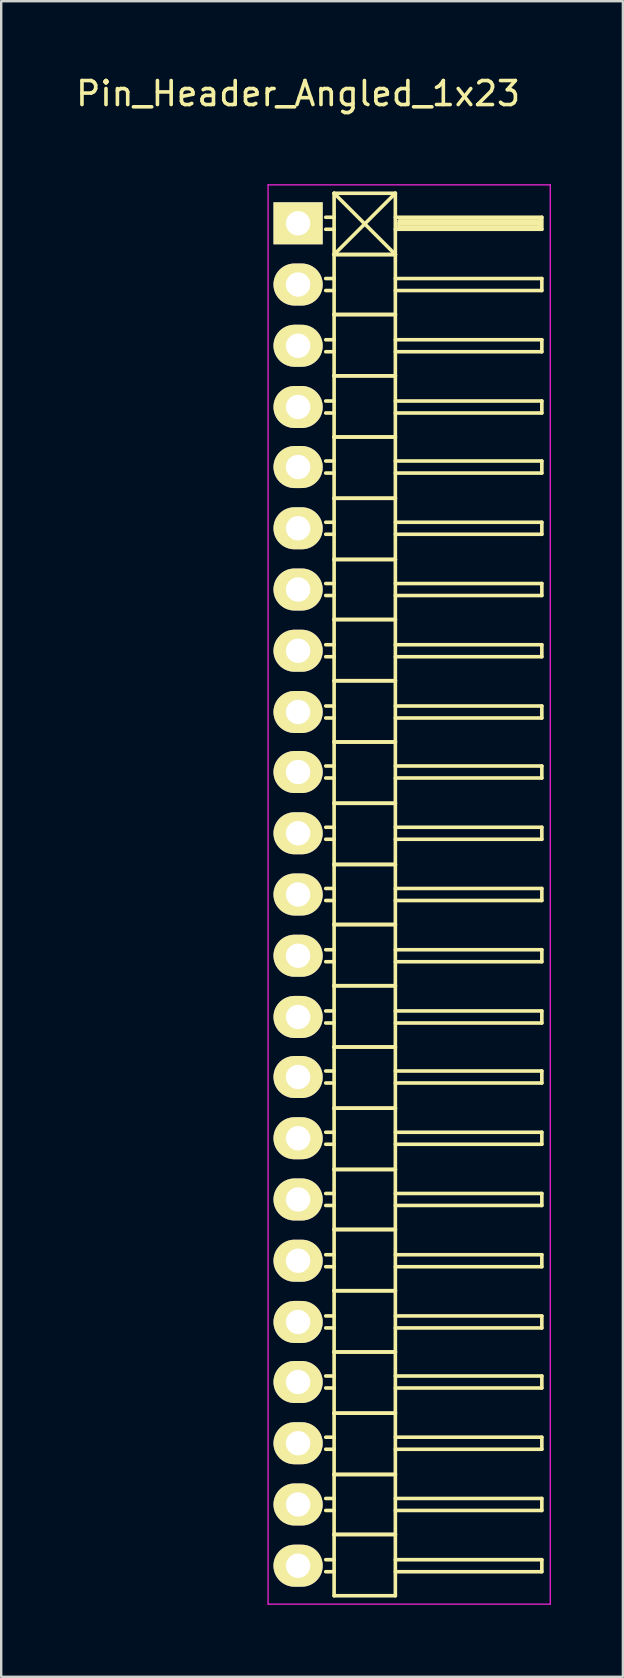
<source format=kicad_pcb>
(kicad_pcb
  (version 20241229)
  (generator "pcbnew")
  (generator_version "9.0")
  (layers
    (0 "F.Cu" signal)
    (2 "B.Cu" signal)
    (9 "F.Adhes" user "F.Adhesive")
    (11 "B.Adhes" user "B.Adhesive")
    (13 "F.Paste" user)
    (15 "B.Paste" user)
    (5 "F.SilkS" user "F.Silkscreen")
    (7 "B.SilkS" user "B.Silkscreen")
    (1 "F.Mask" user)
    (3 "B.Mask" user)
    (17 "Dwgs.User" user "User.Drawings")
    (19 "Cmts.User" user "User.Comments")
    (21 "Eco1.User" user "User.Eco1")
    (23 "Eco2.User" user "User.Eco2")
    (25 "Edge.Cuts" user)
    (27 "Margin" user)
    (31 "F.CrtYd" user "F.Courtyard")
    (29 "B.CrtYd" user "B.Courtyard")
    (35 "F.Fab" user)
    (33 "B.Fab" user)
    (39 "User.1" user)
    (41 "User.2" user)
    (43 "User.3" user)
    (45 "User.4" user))
  (footprint "Pin_Header_Angled_1x23"
    (layer "F.Cu")
    (at 9.363 6.248)
    (property "Reference" "Pin_Header_Angled_1x23" (at 0 -5.4 0) (layer "F.SilkS") (effects (font (size 1 1) (thickness 0.15))))
    (attr through_hole)
    (fp_line (start 1.5 -1.25) (end 1.5 1.3) (stroke (width 0.15) (type solid)) (layer "F.SilkS"))
    (fp_line (start 1.5 -1.25) (end 4.05 -1.25) (stroke (width 0.15) (type solid)) (layer "F.SilkS"))
    (fp_line (start 1.5 -0.25) (end 1.15 -0.25) (stroke (width 0.15) (type solid)) (layer "F.SilkS"))
    (fp_line (start 1.5 0.25) (end 1.15 0.25) (stroke (width 0.15) (type solid)) (layer "F.SilkS"))
    (fp_line (start 1.5 1.3) (end 1.5 3.8) (stroke (width 0.15) (type solid)) (layer "F.SilkS"))
    (fp_line (start 1.5 1.3) (end 4.05 1.3) (stroke (width 0.15) (type solid)) (layer "F.SilkS"))
    (fp_line (start 1.5 1.3) (end 4.05 1.3) (stroke (width 0.15) (type solid)) (layer "F.SilkS"))
    (fp_line (start 1.5 2.3) (end 1.15 2.3) (stroke (width 0.15) (type solid)) (layer "F.SilkS"))
    (fp_line (start 1.5 2.8) (end 1.15 2.8) (stroke (width 0.15) (type solid)) (layer "F.SilkS"))
    (fp_line (start 1.5 3.8) (end 1.5 6.35) (stroke (width 0.15) (type solid)) (layer "F.SilkS"))
    (fp_line (start 1.5 3.8) (end 4.05 3.8) (stroke (width 0.15) (type solid)) (layer "F.SilkS"))
    (fp_line (start 1.5 3.8) (end 4.05 3.8) (stroke (width 0.15) (type solid)) (layer "F.SilkS"))
    (fp_line (start 1.5 4.85) (end 1.15 4.85) (stroke (width 0.15) (type solid)) (layer "F.SilkS"))
    (fp_line (start 1.5 5.35) (end 1.15 5.35) (stroke (width 0.15) (type solid)) (layer "F.SilkS"))
    (fp_line (start 1.5 6.35) (end 1.5 8.9) (stroke (width 0.15) (type solid)) (layer "F.SilkS"))
    (fp_line (start 1.5 6.35) (end 4.05 6.35) (stroke (width 0.15) (type solid)) (layer "F.SilkS"))
    (fp_line (start 1.5 6.35) (end 4.05 6.35) (stroke (width 0.15) (type solid)) (layer "F.SilkS"))
    (fp_line (start 1.5 7.4) (end 1.15 7.4) (stroke (width 0.15) (type solid)) (layer "F.SilkS"))
    (fp_line (start 1.5 7.9) (end 1.15 7.9) (stroke (width 0.15) (type solid)) (layer "F.SilkS"))
    (fp_line (start 1.5 8.9) (end 1.5 11.45) (stroke (width 0.15) (type solid)) (layer "F.SilkS"))
    (fp_line (start 1.5 8.9) (end 4.05 8.9) (stroke (width 0.15) (type solid)) (layer "F.SilkS"))
    (fp_line (start 1.5 8.9) (end 4.05 8.9) (stroke (width 0.15) (type solid)) (layer "F.SilkS"))
    (fp_line (start 1.5 9.9) (end 1.15 9.9) (stroke (width 0.15) (type solid)) (layer "F.SilkS"))
    (fp_line (start 1.5 10.4) (end 1.15 10.4) (stroke (width 0.15) (type solid)) (layer "F.SilkS"))
    (fp_line (start 1.5 11.45) (end 1.5 14) (stroke (width 0.15) (type solid)) (layer "F.SilkS"))
    (fp_line (start 1.5 11.45) (end 4.05 11.45) (stroke (width 0.15) (type solid)) (layer "F.SilkS"))
    (fp_line (start 1.5 11.45) (end 4.05 11.45) (stroke (width 0.15) (type solid)) (layer "F.SilkS"))
    (fp_line (start 1.5 12.45) (end 1.15 12.45) (stroke (width 0.15) (type solid)) (layer "F.SilkS"))
    (fp_line (start 1.5 12.95) (end 1.15 12.95) (stroke (width 0.15) (type solid)) (layer "F.SilkS"))
    (fp_line (start 1.5 14) (end 1.5 16.5) (stroke (width 0.15) (type solid)) (layer "F.SilkS"))
    (fp_line (start 1.5 14) (end 4.05 14) (stroke (width 0.15) (type solid)) (layer "F.SilkS"))
    (fp_line (start 1.5 14) (end 4.05 14) (stroke (width 0.15) (type solid)) (layer "F.SilkS"))
    (fp_line (start 1.5 15) (end 1.15 15) (stroke (width 0.15) (type solid)) (layer "F.SilkS"))
    (fp_line (start 1.5 15.5) (end 1.15 15.5) (stroke (width 0.15) (type solid)) (layer "F.SilkS"))
    (fp_line (start 1.5 16.5) (end 1.5 19.05) (stroke (width 0.15) (type solid)) (layer "F.SilkS"))
    (fp_line (start 1.5 16.5) (end 4.05 16.5) (stroke (width 0.15) (type solid)) (layer "F.SilkS"))
    (fp_line (start 1.5 16.5) (end 4.05 16.5) (stroke (width 0.15) (type solid)) (layer "F.SilkS"))
    (fp_line (start 1.5 17.55) (end 1.15 17.55) (stroke (width 0.15) (type solid)) (layer "F.SilkS"))
    (fp_line (start 1.5 18.05) (end 1.15 18.05) (stroke (width 0.15) (type solid)) (layer "F.SilkS"))
    (fp_line (start 1.5 19.05) (end 1.5 21.6) (stroke (width 0.15) (type solid)) (layer "F.SilkS"))
    (fp_line (start 1.5 19.05) (end 4.05 19.05) (stroke (width 0.15) (type solid)) (layer "F.SilkS"))
    (fp_line (start 1.5 19.05) (end 4.05 19.05) (stroke (width 0.15) (type solid)) (layer "F.SilkS"))
    (fp_line (start 1.5 20.1) (end 1.15 20.1) (stroke (width 0.15) (type solid)) (layer "F.SilkS"))
    (fp_line (start 1.5 20.6) (end 1.15 20.6) (stroke (width 0.15) (type solid)) (layer "F.SilkS"))
    (fp_line (start 1.5 21.6) (end 1.5 24.15) (stroke (width 0.15) (type solid)) (layer "F.SilkS"))
    (fp_line (start 1.5 21.6) (end 4.05 21.6) (stroke (width 0.15) (type solid)) (layer "F.SilkS"))
    (fp_line (start 1.5 21.6) (end 4.05 21.6) (stroke (width 0.15) (type solid)) (layer "F.SilkS"))
    (fp_line (start 1.5 22.6) (end 1.15 22.6) (stroke (width 0.15) (type solid)) (layer "F.SilkS"))
    (fp_line (start 1.5 23.1) (end 1.15 23.1) (stroke (width 0.15) (type solid)) (layer "F.SilkS"))
    (fp_line (start 1.5 24.15) (end 1.5 26.7) (stroke (width 0.15) (type solid)) (layer "F.SilkS"))
    (fp_line (start 1.5 24.15) (end 4.05 24.15) (stroke (width 0.15) (type solid)) (layer "F.SilkS"))
    (fp_line (start 1.5 24.15) (end 4.05 24.15) (stroke (width 0.15) (type solid)) (layer "F.SilkS"))
    (fp_line (start 1.5 25.15) (end 1.15 25.15) (stroke (width 0.15) (type solid)) (layer "F.SilkS"))
    (fp_line (start 1.5 25.65) (end 1.15 25.65) (stroke (width 0.15) (type solid)) (layer "F.SilkS"))
    (fp_line (start 1.5 26.7) (end 1.5 29.2) (stroke (width 0.15) (type solid)) (layer "F.SilkS"))
    (fp_line (start 1.5 26.7) (end 4.05 26.7) (stroke (width 0.15) (type solid)) (layer "F.SilkS"))
    (fp_line (start 1.5 26.7) (end 4.05 26.7) (stroke (width 0.15) (type solid)) (layer "F.SilkS"))
    (fp_line (start 1.5 27.7) (end 1.15 27.7) (stroke (width 0.15) (type solid)) (layer "F.SilkS"))
    (fp_line (start 1.5 28.2) (end 1.15 28.2) (stroke (width 0.15) (type solid)) (layer "F.SilkS"))
    (fp_line (start 1.5 29.2) (end 1.5 31.75) (stroke (width 0.15) (type solid)) (layer "F.SilkS"))
    (fp_line (start 1.5 29.2) (end 4.05 29.2) (stroke (width 0.15) (type solid)) (layer "F.SilkS"))
    (fp_line (start 1.5 29.2) (end 4.05 29.2) (stroke (width 0.15) (type solid)) (layer "F.SilkS"))
    (fp_line (start 1.5 30.25) (end 1.15 30.25) (stroke (width 0.15) (type solid)) (layer "F.SilkS"))
    (fp_line (start 1.5 30.75) (end 1.15 30.75) (stroke (width 0.15) (type solid)) (layer "F.SilkS"))
    (fp_line (start 1.5 31.75) (end 1.5 34.3) (stroke (width 0.15) (type solid)) (layer "F.SilkS"))
    (fp_line (start 1.5 31.75) (end 4.05 31.75) (stroke (width 0.15) (type solid)) (layer "F.SilkS"))
    (fp_line (start 1.5 31.75) (end 4.05 31.75) (stroke (width 0.15) (type solid)) (layer "F.SilkS"))
    (fp_line (start 1.5 32.8) (end 1.15 32.8) (stroke (width 0.15) (type solid)) (layer "F.SilkS"))
    (fp_line (start 1.5 33.3) (end 1.15 33.3) (stroke (width 0.15) (type solid)) (layer "F.SilkS"))
    (fp_line (start 1.5 34.3) (end 1.5 36.85) (stroke (width 0.15) (type solid)) (layer "F.SilkS"))
    (fp_line (start 1.5 34.3) (end 4.05 34.3) (stroke (width 0.15) (type solid)) (layer "F.SilkS"))
    (fp_line (start 1.5 34.3) (end 4.05 34.3) (stroke (width 0.15) (type solid)) (layer "F.SilkS"))
    (fp_line (start 1.5 35.3) (end 1.15 35.3) (stroke (width 0.15) (type solid)) (layer "F.SilkS"))
    (fp_line (start 1.5 35.8) (end 1.15 35.8) (stroke (width 0.15) (type solid)) (layer "F.SilkS"))
    (fp_line (start 1.5 36.85) (end 1.5 39.4) (stroke (width 0.15) (type solid)) (layer "F.SilkS"))
    (fp_line (start 1.5 36.85) (end 4.05 36.85) (stroke (width 0.15) (type solid)) (layer "F.SilkS"))
    (fp_line (start 1.5 36.85) (end 4.05 36.85) (stroke (width 0.15) (type solid)) (layer "F.SilkS"))
    (fp_line (start 1.5 37.85) (end 1.15 37.85) (stroke (width 0.15) (type solid)) (layer "F.SilkS"))
    (fp_line (start 1.5 38.35) (end 1.15 38.35) (stroke (width 0.15) (type solid)) (layer "F.SilkS"))
    (fp_line (start 1.5 39.4) (end 1.5 41.9) (stroke (width 0.15) (type solid)) (layer "F.SilkS"))
    (fp_line (start 1.5 39.4) (end 4.05 39.4) (stroke (width 0.15) (type solid)) (layer "F.SilkS"))
    (fp_line (start 1.5 39.4) (end 4.05 39.4) (stroke (width 0.15) (type solid)) (layer "F.SilkS"))
    (fp_line (start 1.5 40.4) (end 1.15 40.4) (stroke (width 0.15) (type solid)) (layer "F.SilkS"))
    (fp_line (start 1.5 40.9) (end 1.15 40.9) (stroke (width 0.15) (type solid)) (layer "F.SilkS"))
    (fp_line (start 1.5 41.9) (end 1.5 44.45) (stroke (width 0.15) (type solid)) (layer "F.SilkS"))
    (fp_line (start 1.5 41.9) (end 4.05 41.9) (stroke (width 0.15) (type solid)) (layer "F.SilkS"))
    (fp_line (start 1.5 41.9) (end 4.05 41.9) (stroke (width 0.15) (type solid)) (layer "F.SilkS"))
    (fp_line (start 1.5 42.95) (end 1.15 42.95) (stroke (width 0.15) (type solid)) (layer "F.SilkS"))
    (fp_line (start 1.5 43.45) (end 1.15 43.45) (stroke (width 0.15) (type solid)) (layer "F.SilkS"))
    (fp_line (start 1.5 44.45) (end 1.5 47) (stroke (width 0.15) (type solid)) (layer "F.SilkS"))
    (fp_line (start 1.5 44.45) (end 4.05 44.45) (stroke (width 0.15) (type solid)) (layer "F.SilkS"))
    (fp_line (start 1.5 44.45) (end 4.05 44.45) (stroke (width 0.15) (type solid)) (layer "F.SilkS"))
    (fp_line (start 1.5 45.5) (end 1.15 45.5) (stroke (width 0.15) (type solid)) (layer "F.SilkS"))
    (fp_line (start 1.5 46) (end 1.15 46) (stroke (width 0.15) (type solid)) (layer "F.SilkS"))
    (fp_line (start 1.5 47) (end 1.5 49.55) (stroke (width 0.15) (type solid)) (layer "F.SilkS"))
    (fp_line (start 1.5 47) (end 4.05 47) (stroke (width 0.15) (type solid)) (layer "F.SilkS"))
    (fp_line (start 1.5 47) (end 4.05 47) (stroke (width 0.15) (type solid)) (layer "F.SilkS"))
    (fp_line (start 1.5 48) (end 1.15 48) (stroke (width 0.15) (type solid)) (layer "F.SilkS"))
    (fp_line (start 1.5 48.5) (end 1.15 48.5) (stroke (width 0.15) (type solid)) (layer "F.SilkS"))
    (fp_line (start 1.5 49.55) (end 1.5 52.1) (stroke (width 0.15) (type solid)) (layer "F.SilkS"))
    (fp_line (start 1.5 49.55) (end 4.05 49.55) (stroke (width 0.15) (type solid)) (layer "F.SilkS"))
    (fp_line (start 1.5 49.55) (end 4.05 49.55) (stroke (width 0.15) (type solid)) (layer "F.SilkS"))
    (fp_line (start 1.5 50.55) (end 1.15 50.55) (stroke (width 0.15) (type solid)) (layer "F.SilkS"))
    (fp_line (start 1.5 51.05) (end 1.15 51.05) (stroke (width 0.15) (type solid)) (layer "F.SilkS"))
    (fp_line (start 1.5 52.1) (end 1.5 54.6) (stroke (width 0.15) (type solid)) (layer "F.SilkS"))
    (fp_line (start 1.5 52.1) (end 4.05 52.1) (stroke (width 0.15) (type solid)) (layer "F.SilkS"))
    (fp_line (start 1.5 52.1) (end 4.05 52.1) (stroke (width 0.15) (type solid)) (layer "F.SilkS"))
    (fp_line (start 1.5 53.1) (end 1.15 53.1) (stroke (width 0.15) (type solid)) (layer "F.SilkS"))
    (fp_line (start 1.5 53.6) (end 1.15 53.6) (stroke (width 0.15) (type solid)) (layer "F.SilkS"))
    (fp_line (start 1.5 54.6) (end 1.5 57.15) (stroke (width 0.15) (type solid)) (layer "F.SilkS"))
    (fp_line (start 1.5 54.6) (end 4.05 54.6) (stroke (width 0.15) (type solid)) (layer "F.SilkS"))
    (fp_line (start 1.5 54.6) (end 4.05 54.6) (stroke (width 0.15) (type solid)) (layer "F.SilkS"))
    (fp_line (start 1.5 55.65) (end 1.15 55.65) (stroke (width 0.15) (type solid)) (layer "F.SilkS"))
    (fp_line (start 1.5 56.15) (end 1.15 56.15) (stroke (width 0.15) (type solid)) (layer "F.SilkS"))
    (fp_line (start 1.5 57.15) (end 4.05 57.15) (stroke (width 0.15) (type solid)) (layer "F.SilkS"))
    (fp_line (start 4.05 -1.25) (end 1.5 1.3) (stroke (width 0.15) (type solid)) (layer "F.SilkS"))
    (fp_line (start 4.05 -0.25) (end 10.15 -0.25) (stroke (width 0.15) (type solid)) (layer "F.SilkS"))
    (fp_line (start 4.05 1.3) (end 1.5 -1.25) (stroke (width 0.15) (type solid)) (layer "F.SilkS"))
    (fp_line (start 4.05 1.3) (end 4.05 -1.25) (stroke (width 0.15) (type solid)) (layer "F.SilkS"))
    (fp_line (start 4.05 2.3) (end 10.15 2.3) (stroke (width 0.15) (type solid)) (layer "F.SilkS"))
    (fp_line (start 4.05 3.8) (end 4.05 1.3) (stroke (width 0.15) (type solid)) (layer "F.SilkS"))
    (fp_line (start 4.05 4.85) (end 10.15 4.85) (stroke (width 0.15) (type solid)) (layer "F.SilkS"))
    (fp_line (start 4.05 6.35) (end 4.05 3.8) (stroke (width 0.15) (type solid)) (layer "F.SilkS"))
    (fp_line (start 4.05 7.4) (end 10.15 7.4) (stroke (width 0.15) (type solid)) (layer "F.SilkS"))
    (fp_line (start 4.05 8.9) (end 4.05 6.35) (stroke (width 0.15) (type solid)) (layer "F.SilkS"))
    (fp_line (start 4.05 9.9) (end 10.15 9.9) (stroke (width 0.15) (type solid)) (layer "F.SilkS"))
    (fp_line (start 4.05 11.45) (end 4.05 8.9) (stroke (width 0.15) (type solid)) (layer "F.SilkS"))
    (fp_line (start 4.05 12.45) (end 10.15 12.45) (stroke (width 0.15) (type solid)) (layer "F.SilkS"))
    (fp_line (start 4.05 14) (end 4.05 11.45) (stroke (width 0.15) (type solid)) (layer "F.SilkS"))
    (fp_line (start 4.05 15) (end 10.15 15) (stroke (width 0.15) (type solid)) (layer "F.SilkS"))
    (fp_line (start 4.05 16.5) (end 4.05 14) (stroke (width 0.15) (type solid)) (layer "F.SilkS"))
    (fp_line (start 4.05 17.55) (end 10.15 17.55) (stroke (width 0.15) (type solid)) (layer "F.SilkS"))
    (fp_line (start 4.05 19.05) (end 4.05 16.5) (stroke (width 0.15) (type solid)) (layer "F.SilkS"))
    (fp_line (start 4.05 20.1) (end 10.15 20.1) (stroke (width 0.15) (type solid)) (layer "F.SilkS"))
    (fp_line (start 4.05 21.6) (end 4.05 19.05) (stroke (width 0.15) (type solid)) (layer "F.SilkS"))
    (fp_line (start 4.05 22.6) (end 10.15 22.6) (stroke (width 0.15) (type solid)) (layer "F.SilkS"))
    (fp_line (start 4.05 24.15) (end 4.05 21.6) (stroke (width 0.15) (type solid)) (layer "F.SilkS"))
    (fp_line (start 4.05 25.15) (end 10.15 25.15) (stroke (width 0.15) (type solid)) (layer "F.SilkS"))
    (fp_line (start 4.05 26.7) (end 4.05 24.15) (stroke (width 0.15) (type solid)) (layer "F.SilkS"))
    (fp_line (start 4.05 27.7) (end 10.15 27.7) (stroke (width 0.15) (type solid)) (layer "F.SilkS"))
    (fp_line (start 4.05 29.2) (end 4.05 26.7) (stroke (width 0.15) (type solid)) (layer "F.SilkS"))
    (fp_line (start 4.05 30.25) (end 10.15 30.25) (stroke (width 0.15) (type solid)) (layer "F.SilkS"))
    (fp_line (start 4.05 31.75) (end 4.05 29.2) (stroke (width 0.15) (type solid)) (layer "F.SilkS"))
    (fp_line (start 4.05 32.8) (end 10.15 32.8) (stroke (width 0.15) (type solid)) (layer "F.SilkS"))
    (fp_line (start 4.05 34.3) (end 4.05 31.75) (stroke (width 0.15) (type solid)) (layer "F.SilkS"))
    (fp_line (start 4.05 35.3) (end 10.15 35.3) (stroke (width 0.15) (type solid)) (layer "F.SilkS"))
    (fp_line (start 4.05 36.85) (end 4.05 34.3) (stroke (width 0.15) (type solid)) (layer "F.SilkS"))
    (fp_line (start 4.05 37.85) (end 10.15 37.85) (stroke (width 0.15) (type solid)) (layer "F.SilkS"))
    (fp_line (start 4.05 39.4) (end 4.05 36.85) (stroke (width 0.15) (type solid)) (layer "F.SilkS"))
    (fp_line (start 4.05 40.4) (end 10.15 40.4) (stroke (width 0.15) (type solid)) (layer "F.SilkS"))
    (fp_line (start 4.05 41.9) (end 4.05 39.4) (stroke (width 0.15) (type solid)) (layer "F.SilkS"))
    (fp_line (start 4.05 42.95) (end 10.15 42.95) (stroke (width 0.15) (type solid)) (layer "F.SilkS"))
    (fp_line (start 4.05 44.45) (end 4.05 41.9) (stroke (width 0.15) (type solid)) (layer "F.SilkS"))
    (fp_line (start 4.05 45.5) (end 10.15 45.5) (stroke (width 0.15) (type solid)) (layer "F.SilkS"))
    (fp_line (start 4.05 47) (end 4.05 44.45) (stroke (width 0.15) (type solid)) (layer "F.SilkS"))
    (fp_line (start 4.05 48) (end 10.15 48) (stroke (width 0.15) (type solid)) (layer "F.SilkS"))
    (fp_line (start 4.05 49.55) (end 4.05 47) (stroke (width 0.15) (type solid)) (layer "F.SilkS"))
    (fp_line (start 4.05 50.55) (end 10.15 50.55) (stroke (width 0.15) (type solid)) (layer "F.SilkS"))
    (fp_line (start 4.05 52.1) (end 4.05 49.55) (stroke (width 0.15) (type solid)) (layer "F.SilkS"))
    (fp_line (start 4.05 53.1) (end 10.15 53.1) (stroke (width 0.15) (type solid)) (layer "F.SilkS"))
    (fp_line (start 4.05 54.6) (end 4.05 52.1) (stroke (width 0.15) (type solid)) (layer "F.SilkS"))
    (fp_line (start 4.05 55.65) (end 10.15 55.65) (stroke (width 0.15) (type solid)) (layer "F.SilkS"))
    (fp_line (start 4.05 57.15) (end 4.05 54.6) (stroke (width 0.15) (type solid)) (layer "F.SilkS"))
    (fp_line (start 4.2 -0.1) (end 10.05 -0.1) (stroke (width 0.15) (type solid)) (layer "F.SilkS"))
    (fp_line (start 4.2 0) (end 10.05 0) (stroke (width 0.15) (type solid)) (layer "F.SilkS"))
    (fp_line (start 4.2 0.15) (end 4.2 0) (stroke (width 0.15) (type solid)) (layer "F.SilkS"))
    (fp_line (start 10.05 -0.1) (end 10.05 0.15) (stroke (width 0.15) (type solid)) (layer "F.SilkS"))
    (fp_line (start 10.05 0.15) (end 4.2 0.15) (stroke (width 0.15) (type solid)) (layer "F.SilkS"))
    (fp_line (start 10.15 -0.25) (end 10.15 0.25) (stroke (width 0.15) (type solid)) (layer "F.SilkS"))
    (fp_line (start 10.15 0.25) (end 4.05 0.25) (stroke (width 0.15) (type solid)) (layer "F.SilkS"))
    (fp_line (start 10.15 2.3) (end 10.15 2.8) (stroke (width 0.15) (type solid)) (layer "F.SilkS"))
    (fp_line (start 10.15 2.8) (end 4.05 2.8) (stroke (width 0.15) (type solid)) (layer "F.SilkS"))
    (fp_line (start 10.15 4.85) (end 10.15 5.35) (stroke (width 0.15) (type solid)) (layer "F.SilkS"))
    (fp_line (start 10.15 5.35) (end 4.05 5.35) (stroke (width 0.15) (type solid)) (layer "F.SilkS"))
    (fp_line (start 10.15 7.4) (end 10.15 7.9) (stroke (width 0.15) (type solid)) (layer "F.SilkS"))
    (fp_line (start 10.15 7.9) (end 4.05 7.9) (stroke (width 0.15) (type solid)) (layer "F.SilkS"))
    (fp_line (start 10.15 9.9) (end 10.15 10.4) (stroke (width 0.15) (type solid)) (layer "F.SilkS"))
    (fp_line (start 10.15 10.4) (end 4.05 10.4) (stroke (width 0.15) (type solid)) (layer "F.SilkS"))
    (fp_line (start 10.15 12.45) (end 10.15 12.95) (stroke (width 0.15) (type solid)) (layer "F.SilkS"))
    (fp_line (start 10.15 12.95) (end 4.05 12.95) (stroke (width 0.15) (type solid)) (layer "F.SilkS"))
    (fp_line (start 10.15 15) (end 10.15 15.5) (stroke (width 0.15) (type solid)) (layer "F.SilkS"))
    (fp_line (start 10.15 15.5) (end 4.05 15.5) (stroke (width 0.15) (type solid)) (layer "F.SilkS"))
    (fp_line (start 10.15 17.55) (end 10.15 18.05) (stroke (width 0.15) (type solid)) (layer "F.SilkS"))
    (fp_line (start 10.15 18.05) (end 4.05 18.05) (stroke (width 0.15) (type solid)) (layer "F.SilkS"))
    (fp_line (start 10.15 20.1) (end 10.15 20.6) (stroke (width 0.15) (type solid)) (layer "F.SilkS"))
    (fp_line (start 10.15 20.6) (end 4.05 20.6) (stroke (width 0.15) (type solid)) (layer "F.SilkS"))
    (fp_line (start 10.15 22.6) (end 10.15 23.1) (stroke (width 0.15) (type solid)) (layer "F.SilkS"))
    (fp_line (start 10.15 23.1) (end 4.05 23.1) (stroke (width 0.15) (type solid)) (layer "F.SilkS"))
    (fp_line (start 10.15 25.15) (end 10.15 25.65) (stroke (width 0.15) (type solid)) (layer "F.SilkS"))
    (fp_line (start 10.15 25.65) (end 4.05 25.65) (stroke (width 0.15) (type solid)) (layer "F.SilkS"))
    (fp_line (start 10.15 27.7) (end 10.15 28.2) (stroke (width 0.15) (type solid)) (layer "F.SilkS"))
    (fp_line (start 10.15 28.2) (end 4.05 28.2) (stroke (width 0.15) (type solid)) (layer "F.SilkS"))
    (fp_line (start 10.15 30.25) (end 10.15 30.75) (stroke (width 0.15) (type solid)) (layer "F.SilkS"))
    (fp_line (start 10.15 30.75) (end 4.05 30.75) (stroke (width 0.15) (type solid)) (layer "F.SilkS"))
    (fp_line (start 10.15 32.8) (end 10.15 33.3) (stroke (width 0.15) (type solid)) (layer "F.SilkS"))
    (fp_line (start 10.15 33.3) (end 4.05 33.3) (stroke (width 0.15) (type solid)) (layer "F.SilkS"))
    (fp_line (start 10.15 35.3) (end 10.15 35.8) (stroke (width 0.15) (type solid)) (layer "F.SilkS"))
    (fp_line (start 10.15 35.8) (end 4.05 35.8) (stroke (width 0.15) (type solid)) (layer "F.SilkS"))
    (fp_line (start 10.15 37.85) (end 10.15 38.35) (stroke (width 0.15) (type solid)) (layer "F.SilkS"))
    (fp_line (start 10.15 38.35) (end 4.05 38.35) (stroke (width 0.15) (type solid)) (layer "F.SilkS"))
    (fp_line (start 10.15 40.4) (end 10.15 40.9) (stroke (width 0.15) (type solid)) (layer "F.SilkS"))
    (fp_line (start 10.15 40.9) (end 4.05 40.9) (stroke (width 0.15) (type solid)) (layer "F.SilkS"))
    (fp_line (start 10.15 42.95) (end 10.15 43.45) (stroke (width 0.15) (type solid)) (layer "F.SilkS"))
    (fp_line (start 10.15 43.45) (end 4.05 43.45) (stroke (width 0.15) (type solid)) (layer "F.SilkS"))
    (fp_line (start 10.15 45.5) (end 10.15 46) (stroke (width 0.15) (type solid)) (layer "F.SilkS"))
    (fp_line (start 10.15 46) (end 4.05 46) (stroke (width 0.15) (type solid)) (layer "F.SilkS"))
    (fp_line (start 10.15 48) (end 10.15 48.5) (stroke (width 0.15) (type solid)) (layer "F.SilkS"))
    (fp_line (start 10.15 48.5) (end 4.05 48.5) (stroke (width 0.15) (type solid)) (layer "F.SilkS"))
    (fp_line (start 10.15 50.55) (end 10.15 51.05) (stroke (width 0.15) (type solid)) (layer "F.SilkS"))
    (fp_line (start 10.15 51.05) (end 4.05 51.05) (stroke (width 0.15) (type solid)) (layer "F.SilkS"))
    (fp_line (start 10.15 53.1) (end 10.15 53.6) (stroke (width 0.15) (type solid)) (layer "F.SilkS"))
    (fp_line (start 10.15 53.6) (end 4.05 53.6) (stroke (width 0.15) (type solid)) (layer "F.SilkS"))
    (fp_line (start 10.15 55.65) (end 10.15 56.15) (stroke (width 0.15) (type solid)) (layer "F.SilkS"))
    (fp_line (start 10.15 56.15) (end 4.05 56.15) (stroke (width 0.15) (type solid)) (layer "F.SilkS"))
    (fp_line (start -1.25 -1.6) (end -1.25 57.5) (stroke (width 0.05) (type solid)) (layer "F.CrtYd"))
    (fp_line (start -1.25 -1.6) (end 10.5 -1.6) (stroke (width 0.05) (type solid)) (layer "F.CrtYd"))
    (fp_line (start -1.25 57.5) (end 10.5 57.5) (stroke (width 0.05) (type solid)) (layer "F.CrtYd"))
    (fp_line (start 10.5 -1.6) (end 10.5 57.5) (stroke (width 0.05) (type solid)) (layer "F.CrtYd"))
    (pad "1" thru_hole rect (at 0 0) (size 2.05 1.75) (drill 1.016) (layers "*.Cu" "*.Mask" "F.SilkS"))
    (pad "2" thru_hole oval (at 0 2.55) (size 2.05 1.75) (drill 1.016) (layers "*.Cu" "*.Mask" "F.SilkS"))
    (pad "3" thru_hole oval (at 0 5.1) (size 2.05 1.75) (drill 1.016) (layers "*.Cu" "*.Mask" "F.SilkS"))
    (pad "4" thru_hole oval (at 0 7.65) (size 2.05 1.75) (drill 1.016) (layers "*.Cu" "*.Mask" "F.SilkS"))
    (pad "5" thru_hole oval (at 0 10.15) (size 2.05 1.75) (drill 1.016) (layers "*.Cu" "*.Mask" "F.SilkS"))
    (pad "6" thru_hole oval (at 0 12.7) (size 2.05 1.75) (drill 1.016) (layers "*.Cu" "*.Mask" "F.SilkS"))
    (pad "7" thru_hole oval (at 0 15.25) (size 2.05 1.75) (drill 1.016) (layers "*.Cu" "*.Mask" "F.SilkS"))
    (pad "8" thru_hole oval (at 0 17.8) (size 2.05 1.75) (drill 1.016) (layers "*.Cu" "*.Mask" "F.SilkS"))
    (pad "9" thru_hole oval (at 0 20.35) (size 2.05 1.75) (drill 1.016) (layers "*.Cu" "*.Mask" "F.SilkS"))
    (pad "10" thru_hole oval (at 0 22.85) (size 2.05 1.75) (drill 1.016) (layers "*.Cu" "*.Mask" "F.SilkS"))
    (pad "11" thru_hole oval (at 0 25.4) (size 2.05 1.75) (drill 1.016) (layers "*.Cu" "*.Mask" "F.SilkS"))
    (pad "12" thru_hole oval (at 0 27.95) (size 2.05 1.75) (drill 1.016) (layers "*.Cu" "*.Mask" "F.SilkS"))
    (pad "13" thru_hole oval (at 0 30.5) (size 2.05 1.75) (drill 1.016) (layers "*.Cu" "*.Mask" "F.SilkS"))
    (pad "14" thru_hole oval (at 0 33.05) (size 2.05 1.75) (drill 1.016) (layers "*.Cu" "*.Mask" "F.SilkS"))
    (pad "15" thru_hole oval (at 0 35.55) (size 2.05 1.75) (drill 1.016) (layers "*.Cu" "*.Mask" "F.SilkS"))
    (pad "16" thru_hole oval (at 0 38.1) (size 2.05 1.75) (drill 1.016) (layers "*.Cu" "*.Mask" "F.SilkS"))
    (pad "17" thru_hole oval (at 0 40.65) (size 2.05 1.75) (drill 1.016) (layers "*.Cu" "*.Mask" "F.SilkS"))
    (pad "18" thru_hole oval (at 0 43.2) (size 2.05 1.75) (drill 1.016) (layers "*.Cu" "*.Mask" "F.SilkS"))
    (pad "19" thru_hole oval (at 0 45.75) (size 2.05 1.75) (drill 1.016) (layers "*.Cu" "*.Mask" "F.SilkS"))
    (pad "20" thru_hole oval (at 0 48.25) (size 2.05 1.75) (drill 1.016) (layers "*.Cu" "*.Mask" "F.SilkS"))
    (pad "21" thru_hole oval (at 0 50.8) (size 2.05 1.75) (drill 1.016) (layers "*.Cu" "*.Mask" "F.SilkS"))
    (pad "22" thru_hole oval (at 0 53.35) (size 2.05 1.75) (drill 1.016) (layers "*.Cu" "*.Mask" "F.SilkS"))
    (pad "23" thru_hole oval (at 0 55.9) (size 2.05 1.75) (drill 1.016) (layers "*.Cu" "*.Mask" "F.SilkS")))
  (gr_rect
    (start -3 -3)
    (end 22.888 66.773)
    (stroke (width 0.1) (type default))
    (fill no)
    (layer "Edge.Cuts")))
</source>
